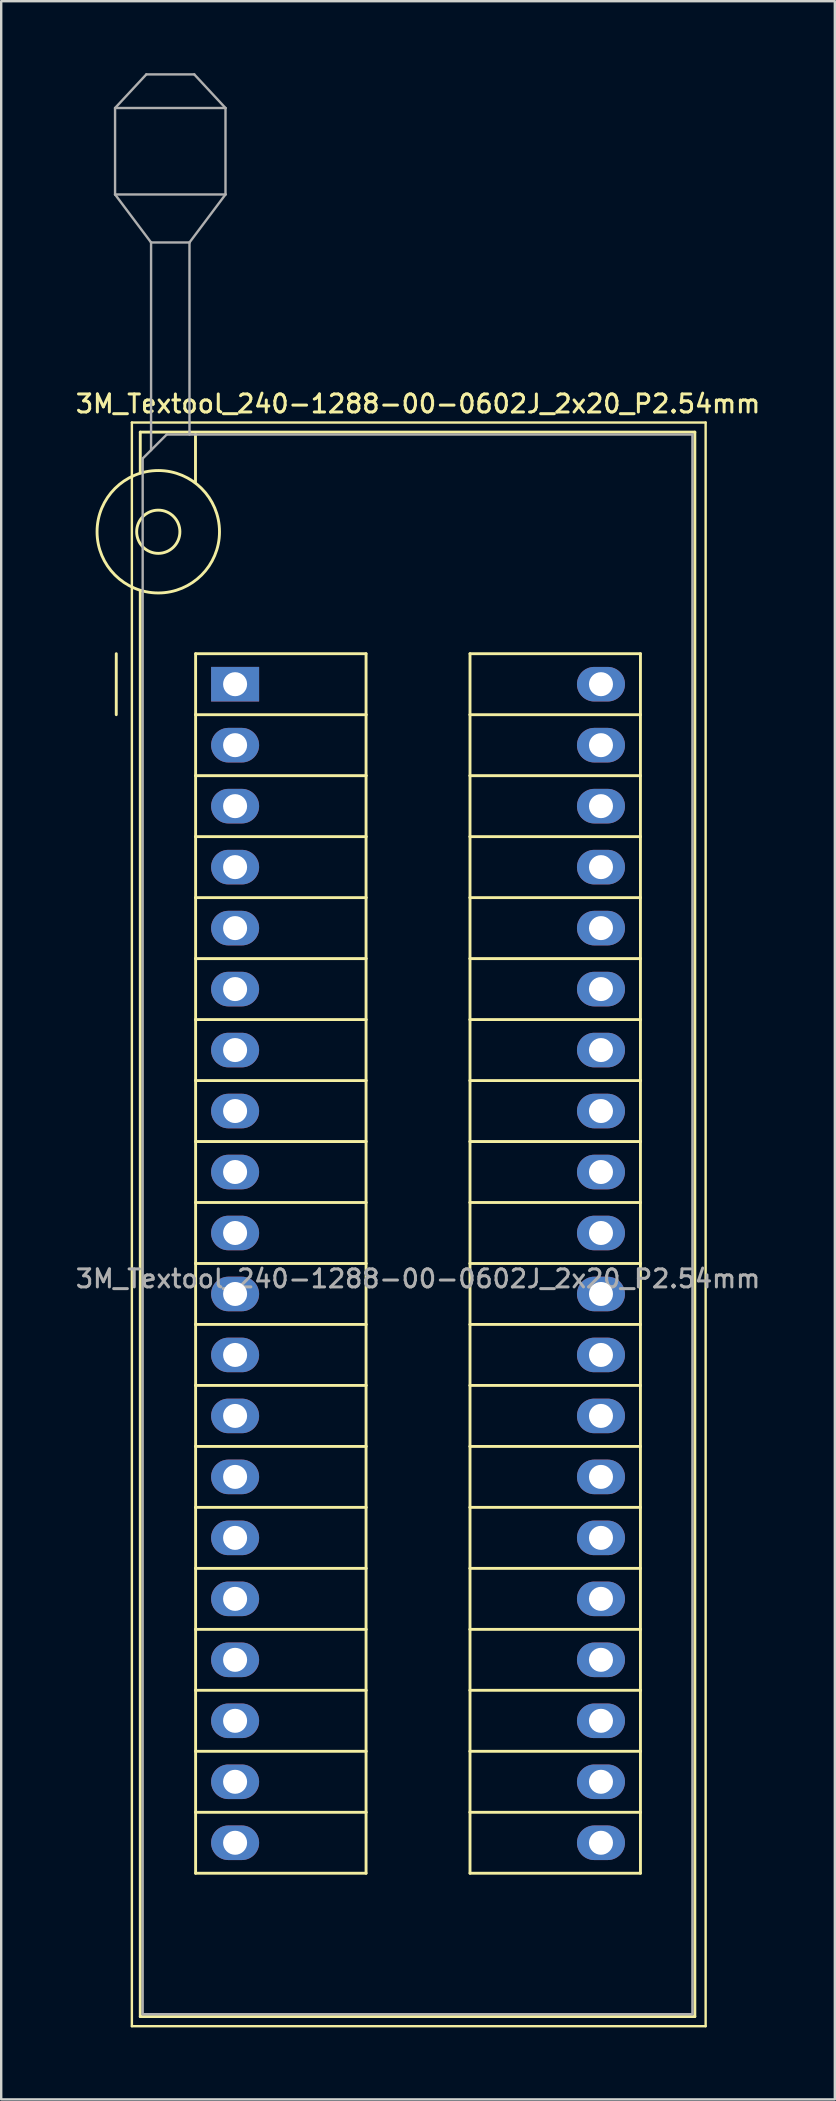
<source format=kicad_pcb>
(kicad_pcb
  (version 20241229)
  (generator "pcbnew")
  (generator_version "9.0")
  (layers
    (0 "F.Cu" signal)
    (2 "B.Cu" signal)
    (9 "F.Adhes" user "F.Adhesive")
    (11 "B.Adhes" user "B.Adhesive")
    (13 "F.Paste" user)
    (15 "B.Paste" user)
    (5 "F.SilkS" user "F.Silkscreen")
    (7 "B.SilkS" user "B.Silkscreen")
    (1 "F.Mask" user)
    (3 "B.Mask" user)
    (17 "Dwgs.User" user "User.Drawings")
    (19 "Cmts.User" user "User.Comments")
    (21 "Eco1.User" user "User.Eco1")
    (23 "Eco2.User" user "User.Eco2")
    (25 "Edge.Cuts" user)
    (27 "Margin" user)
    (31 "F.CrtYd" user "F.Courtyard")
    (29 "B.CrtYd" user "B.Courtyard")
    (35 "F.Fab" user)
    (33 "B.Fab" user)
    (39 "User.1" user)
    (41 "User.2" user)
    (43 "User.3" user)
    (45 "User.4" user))
  (footprint "3M_Textool_240-1288-00-0602J_2x20_P2.54mm"
    (layer "F.Cu")
    (at 6.743 25.45)
    (property "Reference" "3M_Textool_240-1288-00-0602J_2x20_P2.54mm" (at 7.62 -11.68 0) (layer "F.SilkS") (effects (font (size 0.75 0.75) (thickness 0.125))))
    (attr through_hole)
    (fp_line (start -4.95 1.27) (end -4.95 -1.27) (stroke (width 0.12) (type solid)) (layer "F.SilkS"))
    (fp_line (start -4.3 55.9) (end -4.3 -10.9) (stroke (width 0.1) (type solid)) (layer "F.SilkS"))
    (fp_line (start -3.95 -10.5) (end -3.95 -8.8) (stroke (width 0.12) (type solid)) (layer "F.SilkS"))
    (fp_line (start -3.95 -3.9) (end -3.95 55.5) (stroke (width 0.12) (type solid)) (layer "F.SilkS"))
    (fp_line (start -3.95 55.5) (end 19.15 55.5) (stroke (width 0.12) (type solid)) (layer "F.SilkS"))
    (fp_line (start -1.65 -10.4) (end -1.65 -8.4) (stroke (width 0.12) (type solid)) (layer "F.SilkS"))
    (fp_line (start -1.645 -1.27) (end 5.455 -1.27) (stroke (width 0.12) (type solid)) (layer "F.SilkS"))
    (fp_line (start -1.645 1.27) (end -1.645 -1.27) (stroke (width 0.12) (type solid)) (layer "F.SilkS"))
    (fp_line (start -1.645 1.27) (end 5.455 1.27) (stroke (width 0.12) (type solid)) (layer "F.SilkS"))
    (fp_line (start -1.645 3.81) (end -1.645 1.27) (stroke (width 0.12) (type solid)) (layer "F.SilkS"))
    (fp_line (start -1.645 3.81) (end 5.455 3.81) (stroke (width 0.12) (type solid)) (layer "F.SilkS"))
    (fp_line (start -1.645 6.35) (end -1.645 3.81) (stroke (width 0.12) (type solid)) (layer "F.SilkS"))
    (fp_line (start -1.645 6.35) (end 5.455 6.35) (stroke (width 0.12) (type solid)) (layer "F.SilkS"))
    (fp_line (start -1.645 8.89) (end -1.645 6.35) (stroke (width 0.12) (type solid)) (layer "F.SilkS"))
    (fp_line (start -1.645 8.89) (end 5.455 8.89) (stroke (width 0.12) (type solid)) (layer "F.SilkS"))
    (fp_line (start -1.645 11.43) (end -1.645 8.89) (stroke (width 0.12) (type solid)) (layer "F.SilkS"))
    (fp_line (start -1.645 11.43) (end 5.455 11.43) (stroke (width 0.12) (type solid)) (layer "F.SilkS"))
    (fp_line (start -1.645 13.97) (end -1.645 11.43) (stroke (width 0.12) (type solid)) (layer "F.SilkS"))
    (fp_line (start -1.645 13.97) (end 5.455 13.97) (stroke (width 0.12) (type solid)) (layer "F.SilkS"))
    (fp_line (start -1.645 16.51) (end -1.645 13.97) (stroke (width 0.12) (type solid)) (layer "F.SilkS"))
    (fp_line (start -1.645 16.51) (end 5.455 16.51) (stroke (width 0.12) (type solid)) (layer "F.SilkS"))
    (fp_line (start -1.645 19.05) (end -1.645 16.51) (stroke (width 0.12) (type solid)) (layer "F.SilkS"))
    (fp_line (start -1.645 19.05) (end 5.455 19.05) (stroke (width 0.12) (type solid)) (layer "F.SilkS"))
    (fp_line (start -1.645 21.59) (end -1.645 19.05) (stroke (width 0.12) (type solid)) (layer "F.SilkS"))
    (fp_line (start -1.645 21.59) (end 5.455 21.59) (stroke (width 0.12) (type solid)) (layer "F.SilkS"))
    (fp_line (start -1.645 24.13) (end -1.645 21.59) (stroke (width 0.12) (type solid)) (layer "F.SilkS"))
    (fp_line (start -1.645 24.13) (end 5.455 24.13) (stroke (width 0.12) (type solid)) (layer "F.SilkS"))
    (fp_line (start -1.645 26.67) (end -1.645 24.13) (stroke (width 0.12) (type solid)) (layer "F.SilkS"))
    (fp_line (start -1.645 26.67) (end 5.455 26.67) (stroke (width 0.12) (type solid)) (layer "F.SilkS"))
    (fp_line (start -1.645 29.21) (end -1.645 26.67) (stroke (width 0.12) (type solid)) (layer "F.SilkS"))
    (fp_line (start -1.645 29.21) (end 5.455 29.21) (stroke (width 0.12) (type solid)) (layer "F.SilkS"))
    (fp_line (start -1.645 31.75) (end -1.645 29.21) (stroke (width 0.12) (type solid)) (layer "F.SilkS"))
    (fp_line (start -1.645 31.75) (end 5.455 31.75) (stroke (width 0.12) (type solid)) (layer "F.SilkS"))
    (fp_line (start -1.645 34.29) (end -1.645 31.75) (stroke (width 0.12) (type solid)) (layer "F.SilkS"))
    (fp_line (start -1.645 34.29) (end 5.455 34.29) (stroke (width 0.12) (type solid)) (layer "F.SilkS"))
    (fp_line (start -1.645 36.83) (end -1.645 34.29) (stroke (width 0.12) (type solid)) (layer "F.SilkS"))
    (fp_line (start -1.645 36.83) (end 5.455 36.83) (stroke (width 0.12) (type solid)) (layer "F.SilkS"))
    (fp_line (start -1.645 39.37) (end -1.645 36.83) (stroke (width 0.12) (type solid)) (layer "F.SilkS"))
    (fp_line (start -1.645 39.37) (end 5.455 39.37) (stroke (width 0.12) (type solid)) (layer "F.SilkS"))
    (fp_line (start -1.645 41.91) (end -1.645 39.37) (stroke (width 0.12) (type solid)) (layer "F.SilkS"))
    (fp_line (start -1.645 41.91) (end 5.455 41.91) (stroke (width 0.12) (type solid)) (layer "F.SilkS"))
    (fp_line (start -1.645 44.45) (end -1.645 41.91) (stroke (width 0.12) (type solid)) (layer "F.SilkS"))
    (fp_line (start -1.645 44.45) (end 5.455 44.45) (stroke (width 0.12) (type solid)) (layer "F.SilkS"))
    (fp_line (start -1.645 46.99) (end -1.645 44.45) (stroke (width 0.12) (type solid)) (layer "F.SilkS"))
    (fp_line (start -1.645 46.99) (end 5.455 46.99) (stroke (width 0.12) (type solid)) (layer "F.SilkS"))
    (fp_line (start -1.645 49.53) (end -1.645 46.99) (stroke (width 0.12) (type solid)) (layer "F.SilkS"))
    (fp_line (start -1.645 49.53) (end 5.455 49.53) (stroke (width 0.12) (type solid)) (layer "F.SilkS"))
    (fp_line (start 5.455 -1.27) (end 5.455 1.27) (stroke (width 0.12) (type solid)) (layer "F.SilkS"))
    (fp_line (start 5.455 1.27) (end 5.455 3.81) (stroke (width 0.12) (type solid)) (layer "F.SilkS"))
    (fp_line (start 5.455 3.81) (end 5.455 6.35) (stroke (width 0.12) (type solid)) (layer "F.SilkS"))
    (fp_line (start 5.455 6.35) (end 5.455 8.89) (stroke (width 0.12) (type solid)) (layer "F.SilkS"))
    (fp_line (start 5.455 8.89) (end 5.455 11.43) (stroke (width 0.12) (type solid)) (layer "F.SilkS"))
    (fp_line (start 5.455 11.43) (end 5.455 13.97) (stroke (width 0.12) (type solid)) (layer "F.SilkS"))
    (fp_line (start 5.455 13.97) (end 5.455 16.51) (stroke (width 0.12) (type solid)) (layer "F.SilkS"))
    (fp_line (start 5.455 16.51) (end 5.455 19.05) (stroke (width 0.12) (type solid)) (layer "F.SilkS"))
    (fp_line (start 5.455 19.05) (end 5.455 21.59) (stroke (width 0.12) (type solid)) (layer "F.SilkS"))
    (fp_line (start 5.455 21.59) (end 5.455 24.13) (stroke (width 0.12) (type solid)) (layer "F.SilkS"))
    (fp_line (start 5.455 24.13) (end 5.455 26.67) (stroke (width 0.12) (type solid)) (layer "F.SilkS"))
    (fp_line (start 5.455 26.67) (end 5.455 29.21) (stroke (width 0.12) (type solid)) (layer "F.SilkS"))
    (fp_line (start 5.455 29.21) (end 5.455 31.75) (stroke (width 0.12) (type solid)) (layer "F.SilkS"))
    (fp_line (start 5.455 31.75) (end 5.455 34.29) (stroke (width 0.12) (type solid)) (layer "F.SilkS"))
    (fp_line (start 5.455 34.29) (end 5.455 36.83) (stroke (width 0.12) (type solid)) (layer "F.SilkS"))
    (fp_line (start 5.455 36.83) (end 5.455 39.37) (stroke (width 0.12) (type solid)) (layer "F.SilkS"))
    (fp_line (start 5.455 39.37) (end 5.455 41.91) (stroke (width 0.12) (type solid)) (layer "F.SilkS"))
    (fp_line (start 5.455 41.91) (end 5.455 44.45) (stroke (width 0.12) (type solid)) (layer "F.SilkS"))
    (fp_line (start 5.455 44.45) (end 5.455 46.99) (stroke (width 0.12) (type solid)) (layer "F.SilkS"))
    (fp_line (start 5.455 46.99) (end 5.455 49.53) (stroke (width 0.12) (type solid)) (layer "F.SilkS"))
    (fp_line (start 9.785 -1.27) (end 16.885 -1.27) (stroke (width 0.12) (type solid)) (layer "F.SilkS"))
    (fp_line (start 9.785 1.27) (end 9.785 -1.27) (stroke (width 0.12) (type solid)) (layer "F.SilkS"))
    (fp_line (start 9.785 1.27) (end 16.885 1.27) (stroke (width 0.12) (type solid)) (layer "F.SilkS"))
    (fp_line (start 9.785 3.81) (end 9.785 1.27) (stroke (width 0.12) (type solid)) (layer "F.SilkS"))
    (fp_line (start 9.785 3.81) (end 16.885 3.81) (stroke (width 0.12) (type solid)) (layer "F.SilkS"))
    (fp_line (start 9.785 6.35) (end 9.785 3.81) (stroke (width 0.12) (type solid)) (layer "F.SilkS"))
    (fp_line (start 9.785 6.35) (end 16.885 6.35) (stroke (width 0.12) (type solid)) (layer "F.SilkS"))
    (fp_line (start 9.785 8.89) (end 9.785 6.35) (stroke (width 0.12) (type solid)) (layer "F.SilkS"))
    (fp_line (start 9.785 8.89) (end 16.885 8.89) (stroke (width 0.12) (type solid)) (layer "F.SilkS"))
    (fp_line (start 9.785 11.43) (end 9.785 8.89) (stroke (width 0.12) (type solid)) (layer "F.SilkS"))
    (fp_line (start 9.785 11.43) (end 16.885 11.43) (stroke (width 0.12) (type solid)) (layer "F.SilkS"))
    (fp_line (start 9.785 13.97) (end 9.785 11.43) (stroke (width 0.12) (type solid)) (layer "F.SilkS"))
    (fp_line (start 9.785 13.97) (end 16.885 13.97) (stroke (width 0.12) (type solid)) (layer "F.SilkS"))
    (fp_line (start 9.785 16.51) (end 9.785 13.97) (stroke (width 0.12) (type solid)) (layer "F.SilkS"))
    (fp_line (start 9.785 16.51) (end 16.885 16.51) (stroke (width 0.12) (type solid)) (layer "F.SilkS"))
    (fp_line (start 9.785 19.05) (end 9.785 16.51) (stroke (width 0.12) (type solid)) (layer "F.SilkS"))
    (fp_line (start 9.785 19.05) (end 16.885 19.05) (stroke (width 0.12) (type solid)) (layer "F.SilkS"))
    (fp_line (start 9.785 21.59) (end 9.785 19.05) (stroke (width 0.12) (type solid)) (layer "F.SilkS"))
    (fp_line (start 9.785 21.59) (end 16.885 21.59) (stroke (width 0.12) (type solid)) (layer "F.SilkS"))
    (fp_line (start 9.785 24.13) (end 9.785 21.59) (stroke (width 0.12) (type solid)) (layer "F.SilkS"))
    (fp_line (start 9.785 24.13) (end 16.885 24.13) (stroke (width 0.12) (type solid)) (layer "F.SilkS"))
    (fp_line (start 9.785 26.67) (end 9.785 24.13) (stroke (width 0.12) (type solid)) (layer "F.SilkS"))
    (fp_line (start 9.785 26.67) (end 16.885 26.67) (stroke (width 0.12) (type solid)) (layer "F.SilkS"))
    (fp_line (start 9.785 29.21) (end 9.785 26.67) (stroke (width 0.12) (type solid)) (layer "F.SilkS"))
    (fp_line (start 9.785 29.21) (end 16.885 29.21) (stroke (width 0.12) (type solid)) (layer "F.SilkS"))
    (fp_line (start 9.785 31.75) (end 9.785 29.21) (stroke (width 0.12) (type solid)) (layer "F.SilkS"))
    (fp_line (start 9.785 31.75) (end 16.885 31.75) (stroke (width 0.12) (type solid)) (layer "F.SilkS"))
    (fp_line (start 9.785 34.29) (end 9.785 31.75) (stroke (width 0.12) (type solid)) (layer "F.SilkS"))
    (fp_line (start 9.785 34.29) (end 16.885 34.29) (stroke (width 0.12) (type solid)) (layer "F.SilkS"))
    (fp_line (start 9.785 36.83) (end 9.785 34.29) (stroke (width 0.12) (type solid)) (layer "F.SilkS"))
    (fp_line (start 9.785 36.83) (end 16.885 36.83) (stroke (width 0.12) (type solid)) (layer "F.SilkS"))
    (fp_line (start 9.785 39.37) (end 9.785 36.83) (stroke (width 0.12) (type solid)) (layer "F.SilkS"))
    (fp_line (start 9.785 39.37) (end 16.885 39.37) (stroke (width 0.12) (type solid)) (layer "F.SilkS"))
    (fp_line (start 9.785 41.91) (end 9.785 39.37) (stroke (width 0.12) (type solid)) (layer "F.SilkS"))
    (fp_line (start 9.785 41.91) (end 16.885 41.91) (stroke (width 0.12) (type solid)) (layer "F.SilkS"))
    (fp_line (start 9.785 44.45) (end 9.785 41.91) (stroke (width 0.12) (type solid)) (layer "F.SilkS"))
    (fp_line (start 9.785 44.45) (end 16.885 44.45) (stroke (width 0.12) (type solid)) (layer "F.SilkS"))
    (fp_line (start 9.785 46.99) (end 9.785 44.45) (stroke (width 0.12) (type solid)) (layer "F.SilkS"))
    (fp_line (start 9.785 46.99) (end 16.885 46.99) (stroke (width 0.12) (type solid)) (layer "F.SilkS"))
    (fp_line (start 9.785 49.53) (end 9.785 46.99) (stroke (width 0.12) (type solid)) (layer "F.SilkS"))
    (fp_line (start 9.785 49.53) (end 16.885 49.53) (stroke (width 0.12) (type solid)) (layer "F.SilkS"))
    (fp_line (start 16.885 -1.27) (end 16.885 1.27) (stroke (width 0.12) (type solid)) (layer "F.SilkS"))
    (fp_line (start 16.885 1.27) (end 16.885 3.81) (stroke (width 0.12) (type solid)) (layer "F.SilkS"))
    (fp_line (start 16.885 3.81) (end 16.885 6.35) (stroke (width 0.12) (type solid)) (layer "F.SilkS"))
    (fp_line (start 16.885 6.35) (end 16.885 8.89) (stroke (width 0.12) (type solid)) (layer "F.SilkS"))
    (fp_line (start 16.885 8.89) (end 16.885 11.43) (stroke (width 0.12) (type solid)) (layer "F.SilkS"))
    (fp_line (start 16.885 11.43) (end 16.885 13.97) (stroke (width 0.12) (type solid)) (layer "F.SilkS"))
    (fp_line (start 16.885 13.97) (end 16.885 16.51) (stroke (width 0.12) (type solid)) (layer "F.SilkS"))
    (fp_line (start 16.885 16.51) (end 16.885 19.05) (stroke (width 0.12) (type solid)) (layer "F.SilkS"))
    (fp_line (start 16.885 19.05) (end 16.885 21.59) (stroke (width 0.12) (type solid)) (layer "F.SilkS"))
    (fp_line (start 16.885 21.59) (end 16.885 24.13) (stroke (width 0.12) (type solid)) (layer "F.SilkS"))
    (fp_line (start 16.885 24.13) (end 16.885 26.67) (stroke (width 0.12) (type solid)) (layer "F.SilkS"))
    (fp_line (start 16.885 26.67) (end 16.885 29.21) (stroke (width 0.12) (type solid)) (layer "F.SilkS"))
    (fp_line (start 16.885 29.21) (end 16.885 31.75) (stroke (width 0.12) (type solid)) (layer "F.SilkS"))
    (fp_line (start 16.885 31.75) (end 16.885 34.29) (stroke (width 0.12) (type solid)) (layer "F.SilkS"))
    (fp_line (start 16.885 34.29) (end 16.885 36.83) (stroke (width 0.12) (type solid)) (layer "F.SilkS"))
    (fp_line (start 16.885 36.83) (end 16.885 39.37) (stroke (width 0.12) (type solid)) (layer "F.SilkS"))
    (fp_line (start 16.885 39.37) (end 16.885 41.91) (stroke (width 0.12) (type solid)) (layer "F.SilkS"))
    (fp_line (start 16.885 41.91) (end 16.885 44.45) (stroke (width 0.12) (type solid)) (layer "F.SilkS"))
    (fp_line (start 16.885 44.45) (end 16.885 46.99) (stroke (width 0.12) (type solid)) (layer "F.SilkS"))
    (fp_line (start 16.885 46.99) (end 16.885 49.53) (stroke (width 0.12) (type solid)) (layer "F.SilkS"))
    (fp_line (start 19.15 -10.5) (end -3.95 -10.5) (stroke (width 0.12) (type solid)) (layer "F.SilkS"))
    (fp_line (start 19.15 55.5) (end 19.15 -10.5) (stroke (width 0.12) (type solid)) (layer "F.SilkS"))
    (fp_line (start 19.6 -10.9) (end -4.3 -10.9) (stroke (width 0.1) (type solid)) (layer "F.SilkS"))
    (fp_line (start 19.6 55.9) (end -4.3 55.9) (stroke (width 0.1) (type solid)) (layer "F.SilkS"))
    (fp_line (start 19.6 55.9) (end 19.6 -10.9) (stroke (width 0.1) (type solid)) (layer "F.SilkS"))
    (fp_circle (center -3.2 -6.35) (end -2.3 -6.35) (stroke (width 0.12) (type solid)) (fill no) (layer "F.SilkS"))
    (fp_circle (center -3.2 -6.35) (end -0.65 -6.35) (stroke (width 0.12) (type solid)) (fill no) (layer "F.SilkS"))
    (fp_line (start -5 -24) (end -0.4 -24) (stroke (width 0.1) (type solid)) (layer "F.Fab"))
    (fp_line (start -5 -20.4) (end -5 -24) (stroke (width 0.1) (type solid)) (layer "F.Fab"))
    (fp_line (start -5 -20.4) (end -3.5 -18.4) (stroke (width 0.1) (type solid)) (layer "F.Fab"))
    (fp_line (start -5 -20.4) (end -0.4 -20.4) (stroke (width 0.1) (type solid)) (layer "F.Fab"))
    (fp_line (start -3.85 -9.4) (end -2.85 -10.4) (stroke (width 0.1) (type solid)) (layer "F.Fab"))
    (fp_line (start -3.85 55.4) (end -3.85 -9.4) (stroke (width 0.1) (type solid)) (layer "F.Fab"))
    (fp_line (start -3.85 55.4) (end 19.05 55.4) (stroke (width 0.1) (type solid)) (layer "F.Fab"))
    (fp_line (start -3.7 -25.4) (end -5 -24) (stroke (width 0.1) (type solid)) (layer "F.Fab"))
    (fp_line (start -3.7 -25.4) (end -1.7 -25.4) (stroke (width 0.1) (type solid)) (layer "F.Fab"))
    (fp_line (start -3.5 -18.4) (end -3.5 -9.75) (stroke (width 0.1) (type solid)) (layer "F.Fab"))
    (fp_line (start -2.85 -10.4) (end 19.05 -10.4) (stroke (width 0.1) (type solid)) (layer "F.Fab"))
    (fp_line (start -1.9 -18.4) (end -3.5 -18.4) (stroke (width 0.1) (type solid)) (layer "F.Fab"))
    (fp_line (start -1.9 -18.4) (end -1.9 -10.4) (stroke (width 0.1) (type solid)) (layer "F.Fab"))
    (fp_line (start -1.7 -25.4) (end -0.4 -24) (stroke (width 0.1) (type solid)) (layer "F.Fab"))
    (fp_line (start -0.4 -20.4) (end -1.9 -18.4) (stroke (width 0.1) (type solid)) (layer "F.Fab"))
    (fp_line (start -0.4 -20.4) (end -0.4 -24) (stroke (width 0.1) (type solid)) (layer "F.Fab"))
    (fp_line (start 19.05 55.4) (end 19.05 -10.4) (stroke (width 0.1) (type solid)) (layer "F.Fab"))
    (fp_text user "${REFERENCE}" (at 7.62 24.765 0) (layer "F.Fab") (effects (font (size 0.75 0.75) (thickness 0.125))))
    (pad "1" thru_hole rect (at 0 0) (size 2 1.44) (drill 1) (layers "*.Cu" "*.Mask"))
    (pad "2" thru_hole oval (at 0 2.54) (size 2 1.44) (drill 1) (layers "*.Cu" "*.Mask"))
    (pad "3" thru_hole oval (at 0 5.08) (size 2 1.44) (drill 1) (layers "*.Cu" "*.Mask"))
    (pad "4" thru_hole oval (at 0 7.62) (size 2 1.44) (drill 1) (layers "*.Cu" "*.Mask"))
    (pad "5" thru_hole oval (at 0 10.16) (size 2 1.44) (drill 1) (layers "*.Cu" "*.Mask"))
    (pad "6" thru_hole oval (at 0 12.7) (size 2 1.44) (drill 1) (layers "*.Cu" "*.Mask"))
    (pad "7" thru_hole oval (at 0 15.24) (size 2 1.44) (drill 1) (layers "*.Cu" "*.Mask"))
    (pad "8" thru_hole oval (at 0 17.78) (size 2 1.44) (drill 1) (layers "*.Cu" "*.Mask"))
    (pad "9" thru_hole oval (at 0 20.32) (size 2 1.44) (drill 1) (layers "*.Cu" "*.Mask"))
    (pad "10" thru_hole oval (at 0 22.86) (size 2 1.44) (drill 1) (layers "*.Cu" "*.Mask"))
    (pad "11" thru_hole oval (at 0 25.4) (size 2 1.44) (drill 1) (layers "*.Cu" "*.Mask"))
    (pad "12" thru_hole oval (at 0 27.94) (size 2 1.44) (drill 1) (layers "*.Cu" "*.Mask"))
    (pad "13" thru_hole oval (at 0 30.48) (size 2 1.44) (drill 1) (layers "*.Cu" "*.Mask"))
    (pad "14" thru_hole oval (at 0 33.02) (size 2 1.44) (drill 1) (layers "*.Cu" "*.Mask"))
    (pad "15" thru_hole oval (at 0 35.56) (size 2 1.44) (drill 1) (layers "*.Cu" "*.Mask"))
    (pad "16" thru_hole oval (at 0 38.1) (size 2 1.44) (drill 1) (layers "*.Cu" "*.Mask"))
    (pad "17" thru_hole oval (at 0 40.64) (size 2 1.44) (drill 1) (layers "*.Cu" "*.Mask"))
    (pad "18" thru_hole oval (at 0 43.18) (size 2 1.44) (drill 1) (layers "*.Cu" "*.Mask"))
    (pad "19" thru_hole oval (at 0 45.72) (size 2 1.44) (drill 1) (layers "*.Cu" "*.Mask"))
    (pad "20" thru_hole oval (at 0 48.26) (size 2 1.44) (drill 1) (layers "*.Cu" "*.Mask"))
    (pad "21" thru_hole oval (at 15.24 48.26) (size 2 1.44) (drill 1) (layers "*.Cu" "*.Mask"))
    (pad "22" thru_hole oval (at 15.24 45.72) (size 2 1.44) (drill 1) (layers "*.Cu" "*.Mask"))
    (pad "23" thru_hole oval (at 15.24 43.18) (size 2 1.44) (drill 1) (layers "*.Cu" "*.Mask"))
    (pad "24" thru_hole oval (at 15.24 40.64) (size 2 1.44) (drill 1) (layers "*.Cu" "*.Mask"))
    (pad "25" thru_hole oval (at 15.24 38.1) (size 2 1.44) (drill 1) (layers "*.Cu" "*.Mask"))
    (pad "26" thru_hole oval (at 15.24 35.56) (size 2 1.44) (drill 1) (layers "*.Cu" "*.Mask"))
    (pad "27" thru_hole oval (at 15.24 33.02) (size 2 1.44) (drill 1) (layers "*.Cu" "*.Mask"))
    (pad "28" thru_hole oval (at 15.24 30.48) (size 2 1.44) (drill 1) (layers "*.Cu" "*.Mask"))
    (pad "29" thru_hole oval (at 15.24 27.94) (size 2 1.44) (drill 1) (layers "*.Cu" "*.Mask"))
    (pad "30" thru_hole oval (at 15.24 25.4) (size 2 1.44) (drill 1) (layers "*.Cu" "*.Mask"))
    (pad "31" thru_hole oval (at 15.24 22.86) (size 2 1.44) (drill 1) (layers "*.Cu" "*.Mask"))
    (pad "32" thru_hole oval (at 15.24 20.32) (size 2 1.44) (drill 1) (layers "*.Cu" "*.Mask"))
    (pad "33" thru_hole oval (at 15.24 17.78) (size 2 1.44) (drill 1) (layers "*.Cu" "*.Mask"))
    (pad "34" thru_hole oval (at 15.24 15.24) (size 2 1.44) (drill 1) (layers "*.Cu" "*.Mask"))
    (pad "35" thru_hole oval (at 15.24 12.7) (size 2 1.44) (drill 1) (layers "*.Cu" "*.Mask"))
    (pad "36" thru_hole oval (at 15.24 10.16) (size 2 1.44) (drill 1) (layers "*.Cu" "*.Mask"))
    (pad "37" thru_hole oval (at 15.24 7.62) (size 2 1.44) (drill 1) (layers "*.Cu" "*.Mask"))
    (pad "38" thru_hole oval (at 15.24 5.08) (size 2 1.44) (drill 1) (layers "*.Cu" "*.Mask"))
    (pad "39" thru_hole oval (at 15.24 2.54) (size 2 1.44) (drill 1) (layers "*.Cu" "*.Mask"))
    (pad "40" thru_hole oval (at 15.24 0) (size 2 1.44) (drill 1) (layers "*.Cu" "*.Mask")))
  (gr_rect
    (start -3 -3)
    (end 31.725 84.4)
    (stroke (width 0.1) (type default))
    (fill no)
    (layer "Edge.Cuts")))
</source>
